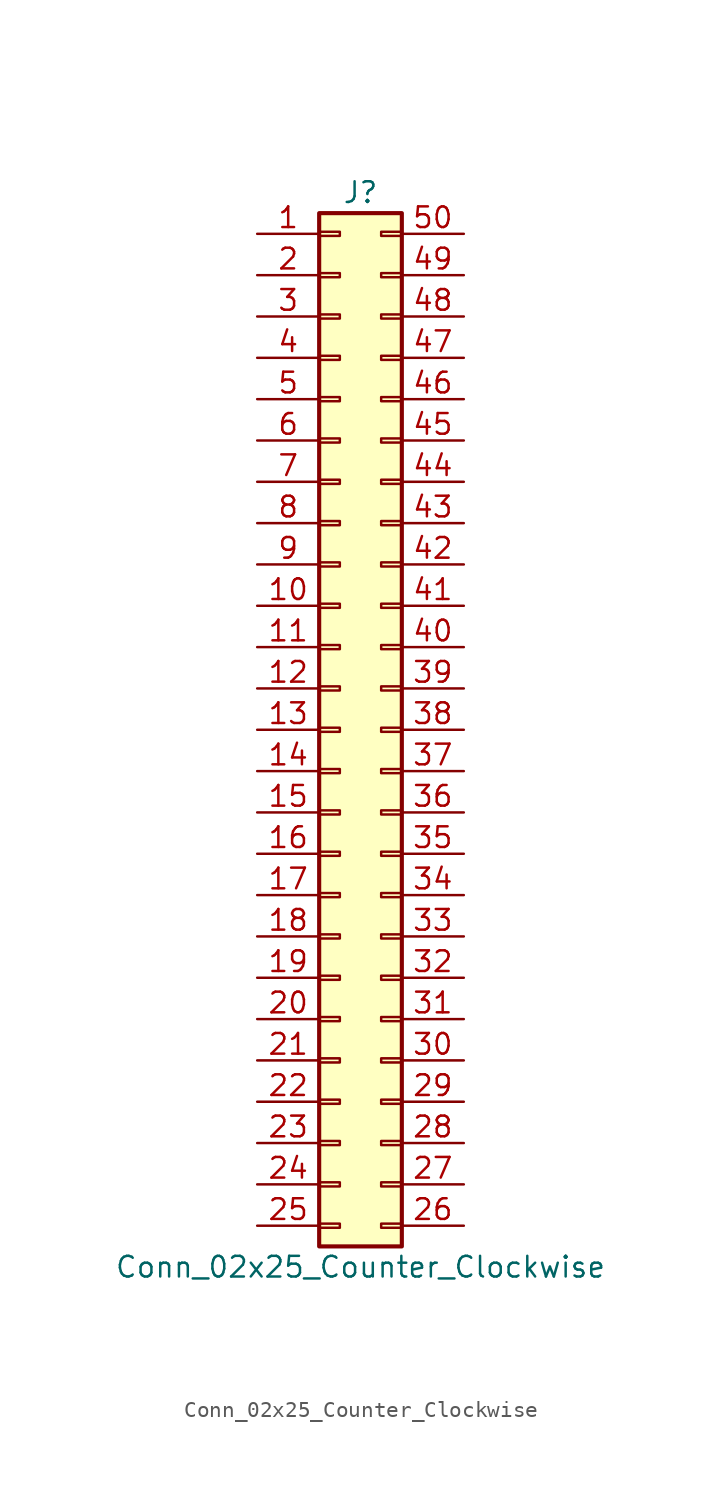
<source format=kicad_sym>
(kicad_symbol_lib
  (version 20211014)
  (generator kicad_symbol_editor)
  (symbol "Conn_02x25_Counter_Clockwise"
    (pin_names
      (offset 1.016) hide)
    (property "Reference" "J"
      (at 1.27 33.02 0)
      (effects (font (size 1.27 1.27))))
    (property "Value" "Conn_02x25_Counter_Clockwise"
      (at 1.27 -33.02 0)
      (effects (font (size 1.27 1.27))))
    (symbol "Conn_02x25_Counter_Clockwise_1_1"
      (rectangle (start -1.27 -30.353) (end 0 -30.607) (stroke (width 0.152) (type default) (color 0 0 0 0)) (fill (type none)))
      (rectangle (start -1.27 -27.813) (end 0 -28.067) (stroke (width 0.152) (type default) (color 0 0 0 0)) (fill (type none)))
      (rectangle (start -1.27 -25.273) (end 0 -25.527) (stroke (width 0.152) (type default) (color 0 0 0 0)) (fill (type none)))
      (rectangle (start -1.27 -22.733) (end 0 -22.987) (stroke (width 0.152) (type default) (color 0 0 0 0)) (fill (type none)))
      (rectangle (start -1.27 -20.193) (end 0 -20.447) (stroke (width 0.152) (type default) (color 0 0 0 0)) (fill (type none)))
      (rectangle (start -1.27 -17.653) (end 0 -17.907) (stroke (width 0.152) (type default) (color 0 0 0 0)) (fill (type none)))
      (rectangle (start -1.27 -15.113) (end 0 -15.367) (stroke (width 0.152) (type default) (color 0 0 0 0)) (fill (type none)))
      (rectangle (start -1.27 -12.573) (end 0 -12.827) (stroke (width 0.152) (type default) (color 0 0 0 0)) (fill (type none)))
      (rectangle (start -1.27 -10.033) (end 0 -10.287) (stroke (width 0.152) (type default) (color 0 0 0 0)) (fill (type none)))
      (rectangle (start -1.27 -7.493) (end 0 -7.747) (stroke (width 0.152) (type default) (color 0 0 0 0)) (fill (type none)))
      (rectangle (start -1.27 -4.953) (end 0 -5.207) (stroke (width 0.152) (type default) (color 0 0 0 0)) (fill (type none)))
      (rectangle (start -1.27 -2.413) (end 0 -2.667) (stroke (width 0.152) (type default) (color 0 0 0 0)) (fill (type none)))
      (rectangle (start -1.27 0.127) (end 0 -0.127) (stroke (width 0.152) (type default) (color 0 0 0 0)) (fill (type none)))
      (rectangle (start -1.27 2.667) (end 0 2.413) (stroke (width 0.152) (type default) (color 0 0 0 0)) (fill (type none)))
      (rectangle (start -1.27 5.207) (end 0 4.953) (stroke (width 0.152) (type default) (color 0 0 0 0)) (fill (type none)))
      (rectangle (start -1.27 7.747) (end 0 7.493) (stroke (width 0.152) (type default) (color 0 0 0 0)) (fill (type none)))
      (rectangle (start -1.27 10.287) (end 0 10.033) (stroke (width 0.152) (type default) (color 0 0 0 0)) (fill (type none)))
      (rectangle (start -1.27 12.827) (end 0 12.573) (stroke (width 0.152) (type default) (color 0 0 0 0)) (fill (type none)))
      (rectangle (start -1.27 15.367) (end 0 15.113) (stroke (width 0.152) (type default) (color 0 0 0 0)) (fill (type none)))
      (rectangle (start -1.27 17.907) (end 0 17.653) (stroke (width 0.152) (type default) (color 0 0 0 0)) (fill (type none)))
      (rectangle (start -1.27 20.447) (end 0 20.193) (stroke (width 0.152) (type default) (color 0 0 0 0)) (fill (type none)))
      (rectangle (start -1.27 22.987) (end 0 22.733) (stroke (width 0.152) (type default) (color 0 0 0 0)) (fill (type none)))
      (rectangle (start -1.27 25.527) (end 0 25.273) (stroke (width 0.152) (type default) (color 0 0 0 0)) (fill (type none)))
      (rectangle (start -1.27 28.067) (end 0 27.813) (stroke (width 0.152) (type default) (color 0 0 0 0)) (fill (type none)))
      (rectangle (start -1.27 30.607) (end 0 30.353) (stroke (width 0.152) (type default) (color 0 0 0 0)) (fill (type none)))
      (rectangle (start -1.27 31.75) (end 3.81 -31.75) (stroke (width 0.254) (type default) (color 0 0 0 0)) (fill (type background)))
      (rectangle (start 3.81 -30.353) (end 2.54 -30.607) (stroke (width 0.152) (type default) (color 0 0 0 0)) (fill (type none)))
      (rectangle (start 3.81 -27.813) (end 2.54 -28.067) (stroke (width 0.152) (type default) (color 0 0 0 0)) (fill (type none)))
      (rectangle (start 3.81 -25.273) (end 2.54 -25.527) (stroke (width 0.152) (type default) (color 0 0 0 0)) (fill (type none)))
      (rectangle (start 3.81 -22.733) (end 2.54 -22.987) (stroke (width 0.152) (type default) (color 0 0 0 0)) (fill (type none)))
      (rectangle (start 3.81 -20.193) (end 2.54 -20.447) (stroke (width 0.152) (type default) (color 0 0 0 0)) (fill (type none)))
      (rectangle (start 3.81 -17.653) (end 2.54 -17.907) (stroke (width 0.152) (type default) (color 0 0 0 0)) (fill (type none)))
      (rectangle (start 3.81 -15.113) (end 2.54 -15.367) (stroke (width 0.152) (type default) (color 0 0 0 0)) (fill (type none)))
      (rectangle (start 3.81 -12.573) (end 2.54 -12.827) (stroke (width 0.152) (type default) (color 0 0 0 0)) (fill (type none)))
      (rectangle (start 3.81 -10.033) (end 2.54 -10.287) (stroke (width 0.152) (type default) (color 0 0 0 0)) (fill (type none)))
      (rectangle (start 3.81 -7.493) (end 2.54 -7.747) (stroke (width 0.152) (type default) (color 0 0 0 0)) (fill (type none)))
      (rectangle (start 3.81 -4.953) (end 2.54 -5.207) (stroke (width 0.152) (type default) (color 0 0 0 0)) (fill (type none)))
      (rectangle (start 3.81 -2.413) (end 2.54 -2.667) (stroke (width 0.152) (type default) (color 0 0 0 0)) (fill (type none)))
      (rectangle (start 3.81 0.127) (end 2.54 -0.127) (stroke (width 0.152) (type default) (color 0 0 0 0)) (fill (type none)))
      (rectangle (start 3.81 2.667) (end 2.54 2.413) (stroke (width 0.152) (type default) (color 0 0 0 0)) (fill (type none)))
      (rectangle (start 3.81 5.207) (end 2.54 4.953) (stroke (width 0.152) (type default) (color 0 0 0 0)) (fill (type none)))
      (rectangle (start 3.81 7.747) (end 2.54 7.493) (stroke (width 0.152) (type default) (color 0 0 0 0)) (fill (type none)))
      (rectangle (start 3.81 10.287) (end 2.54 10.033) (stroke (width 0.152) (type default) (color 0 0 0 0)) (fill (type none)))
      (rectangle (start 3.81 12.827) (end 2.54 12.573) (stroke (width 0.152) (type default) (color 0 0 0 0)) (fill (type none)))
      (rectangle (start 3.81 15.367) (end 2.54 15.113) (stroke (width 0.152) (type default) (color 0 0 0 0)) (fill (type none)))
      (rectangle (start 3.81 17.907) (end 2.54 17.653) (stroke (width 0.152) (type default) (color 0 0 0 0)) (fill (type none)))
      (rectangle (start 3.81 20.447) (end 2.54 20.193) (stroke (width 0.152) (type default) (color 0 0 0 0)) (fill (type none)))
      (rectangle (start 3.81 22.987) (end 2.54 22.733) (stroke (width 0.152) (type default) (color 0 0 0 0)) (fill (type none)))
      (rectangle (start 3.81 25.527) (end 2.54 25.273) (stroke (width 0.152) (type default) (color 0 0 0 0)) (fill (type none)))
      (rectangle (start 3.81 28.067) (end 2.54 27.813) (stroke (width 0.152) (type default) (color 0 0 0 0)) (fill (type none)))
      (rectangle (start 3.81 30.607) (end 2.54 30.353) (stroke (width 0.152) (type default) (color 0 0 0 0)) (fill (type none)))
      (pin passive line (at -5.08 30.48 0) (length 3.81) (name "Pin_1" (effects (font (size 1.27 1.27)))) (number "1" (effects (font (size 1.27 1.27)))))
      (pin passive line (at -5.08 7.62 0) (length 3.81) (name "Pin_10" (effects (font (size 1.27 1.27)))) (number "10" (effects (font (size 1.27 1.27)))))
      (pin passive line (at -5.08 5.08 0) (length 3.81) (name "Pin_11" (effects (font (size 1.27 1.27)))) (number "11" (effects (font (size 1.27 1.27)))))
      (pin passive line (at -5.08 2.54 0) (length 3.81) (name "Pin_12" (effects (font (size 1.27 1.27)))) (number "12" (effects (font (size 1.27 1.27)))))
      (pin passive line (at -5.08 0 0) (length 3.81) (name "Pin_13" (effects (font (size 1.27 1.27)))) (number "13" (effects (font (size 1.27 1.27)))))
      (pin passive line (at -5.08 -2.54 0) (length 3.81) (name "Pin_14" (effects (font (size 1.27 1.27)))) (number "14" (effects (font (size 1.27 1.27)))))
      (pin passive line (at -5.08 -5.08 0) (length 3.81) (name "Pin_15" (effects (font (size 1.27 1.27)))) (number "15" (effects (font (size 1.27 1.27)))))
      (pin passive line (at -5.08 -7.62 0) (length 3.81) (name "Pin_16" (effects (font (size 1.27 1.27)))) (number "16" (effects (font (size 1.27 1.27)))))
      (pin passive line (at -5.08 -10.16 0) (length 3.81) (name "Pin_17" (effects (font (size 1.27 1.27)))) (number "17" (effects (font (size 1.27 1.27)))))
      (pin passive line (at -5.08 -12.7 0) (length 3.81) (name "Pin_18" (effects (font (size 1.27 1.27)))) (number "18" (effects (font (size 1.27 1.27)))))
      (pin passive line (at -5.08 -15.24 0) (length 3.81) (name "Pin_19" (effects (font (size 1.27 1.27)))) (number "19" (effects (font (size 1.27 1.27)))))
      (pin passive line (at -5.08 27.94 0) (length 3.81) (name "Pin_2" (effects (font (size 1.27 1.27)))) (number "2" (effects (font (size 1.27 1.27)))))
      (pin passive line (at -5.08 -17.78 0) (length 3.81) (name "Pin_20" (effects (font (size 1.27 1.27)))) (number "20" (effects (font (size 1.27 1.27)))))
      (pin passive line (at -5.08 -20.32 0) (length 3.81) (name "Pin_21" (effects (font (size 1.27 1.27)))) (number "21" (effects (font (size 1.27 1.27)))))
      (pin passive line (at -5.08 -22.86 0) (length 3.81) (name "Pin_22" (effects (font (size 1.27 1.27)))) (number "22" (effects (font (size 1.27 1.27)))))
      (pin passive line (at -5.08 -25.4 0) (length 3.81) (name "Pin_23" (effects (font (size 1.27 1.27)))) (number "23" (effects (font (size 1.27 1.27)))))
      (pin passive line (at -5.08 -27.94 0) (length 3.81) (name "Pin_24" (effects (font (size 1.27 1.27)))) (number "24" (effects (font (size 1.27 1.27)))))
      (pin passive line (at -5.08 -30.48 0) (length 3.81) (name "Pin_25" (effects (font (size 1.27 1.27)))) (number "25" (effects (font (size 1.27 1.27)))))
      (pin passive line (at 7.62 -30.48 180) (length 3.81) (name "Pin_26" (effects (font (size 1.27 1.27)))) (number "26" (effects (font (size 1.27 1.27)))))
      (pin passive line (at 7.62 -27.94 180) (length 3.81) (name "Pin_27" (effects (font (size 1.27 1.27)))) (number "27" (effects (font (size 1.27 1.27)))))
      (pin passive line (at 7.62 -25.4 180) (length 3.81) (name "Pin_28" (effects (font (size 1.27 1.27)))) (number "28" (effects (font (size 1.27 1.27)))))
      (pin passive line (at 7.62 -22.86 180) (length 3.81) (name "Pin_29" (effects (font (size 1.27 1.27)))) (number "29" (effects (font (size 1.27 1.27)))))
      (pin passive line (at -5.08 25.4 0) (length 3.81) (name "Pin_3" (effects (font (size 1.27 1.27)))) (number "3" (effects (font (size 1.27 1.27)))))
      (pin passive line (at 7.62 -20.32 180) (length 3.81) (name "Pin_30" (effects (font (size 1.27 1.27)))) (number "30" (effects (font (size 1.27 1.27)))))
      (pin passive line (at 7.62 -17.78 180) (length 3.81) (name "Pin_31" (effects (font (size 1.27 1.27)))) (number "31" (effects (font (size 1.27 1.27)))))
      (pin passive line (at 7.62 -15.24 180) (length 3.81) (name "Pin_32" (effects (font (size 1.27 1.27)))) (number "32" (effects (font (size 1.27 1.27)))))
      (pin passive line (at 7.62 -12.7 180) (length 3.81) (name "Pin_33" (effects (font (size 1.27 1.27)))) (number "33" (effects (font (size 1.27 1.27)))))
      (pin passive line (at 7.62 -10.16 180) (length 3.81) (name "Pin_34" (effects (font (size 1.27 1.27)))) (number "34" (effects (font (size 1.27 1.27)))))
      (pin passive line (at 7.62 -7.62 180) (length 3.81) (name "Pin_35" (effects (font (size 1.27 1.27)))) (number "35" (effects (font (size 1.27 1.27)))))
      (pin passive line (at 7.62 -5.08 180) (length 3.81) (name "Pin_36" (effects (font (size 1.27 1.27)))) (number "36" (effects (font (size 1.27 1.27)))))
      (pin passive line (at 7.62 -2.54 180) (length 3.81) (name "Pin_37" (effects (font (size 1.27 1.27)))) (number "37" (effects (font (size 1.27 1.27)))))
      (pin passive line (at 7.62 0 180) (length 3.81) (name "Pin_38" (effects (font (size 1.27 1.27)))) (number "38" (effects (font (size 1.27 1.27)))))
      (pin passive line (at 7.62 2.54 180) (length 3.81) (name "Pin_39" (effects (font (size 1.27 1.27)))) (number "39" (effects (font (size 1.27 1.27)))))
      (pin passive line (at -5.08 22.86 0) (length 3.81) (name "Pin_4" (effects (font (size 1.27 1.27)))) (number "4" (effects (font (size 1.27 1.27)))))
      (pin passive line (at 7.62 5.08 180) (length 3.81) (name "Pin_40" (effects (font (size 1.27 1.27)))) (number "40" (effects (font (size 1.27 1.27)))))
      (pin passive line (at 7.62 7.62 180) (length 3.81) (name "Pin_41" (effects (font (size 1.27 1.27)))) (number "41" (effects (font (size 1.27 1.27)))))
      (pin passive line (at 7.62 10.16 180) (length 3.81) (name "Pin_42" (effects (font (size 1.27 1.27)))) (number "42" (effects (font (size 1.27 1.27)))))
      (pin passive line (at 7.62 12.7 180) (length 3.81) (name "Pin_43" (effects (font (size 1.27 1.27)))) (number "43" (effects (font (size 1.27 1.27)))))
      (pin passive line (at 7.62 15.24 180) (length 3.81) (name "Pin_44" (effects (font (size 1.27 1.27)))) (number "44" (effects (font (size 1.27 1.27)))))
      (pin passive line (at 7.62 17.78 180) (length 3.81) (name "Pin_45" (effects (font (size 1.27 1.27)))) (number "45" (effects (font (size 1.27 1.27)))))
      (pin passive line (at 7.62 20.32 180) (length 3.81) (name "Pin_46" (effects (font (size 1.27 1.27)))) (number "46" (effects (font (size 1.27 1.27)))))
      (pin passive line (at 7.62 22.86 180) (length 3.81) (name "Pin_47" (effects (font (size 1.27 1.27)))) (number "47" (effects (font (size 1.27 1.27)))))
      (pin passive line (at 7.62 25.4 180) (length 3.81) (name "Pin_48" (effects (font (size 1.27 1.27)))) (number "48" (effects (font (size 1.27 1.27)))))
      (pin passive line (at 7.62 27.94 180) (length 3.81) (name "Pin_49" (effects (font (size 1.27 1.27)))) (number "49" (effects (font (size 1.27 1.27)))))
      (pin passive line (at -5.08 20.32 0) (length 3.81) (name "Pin_5" (effects (font (size 1.27 1.27)))) (number "5" (effects (font (size 1.27 1.27)))))
      (pin passive line (at 7.62 30.48 180) (length 3.81) (name "Pin_50" (effects (font (size 1.27 1.27)))) (number "50" (effects (font (size 1.27 1.27)))))
      (pin passive line (at -5.08 17.78 0) (length 3.81) (name "Pin_6" (effects (font (size 1.27 1.27)))) (number "6" (effects (font (size 1.27 1.27)))))
      (pin passive line (at -5.08 15.24 0) (length 3.81) (name "Pin_7" (effects (font (size 1.27 1.27)))) (number "7" (effects (font (size 1.27 1.27)))))
      (pin passive line (at -5.08 12.7 0) (length 3.81) (name "Pin_8" (effects (font (size 1.27 1.27)))) (number "8" (effects (font (size 1.27 1.27)))))
      (pin passive line (at -5.08 10.16 0) (length 3.81) (name "Pin_9" (effects (font (size 1.27 1.27)))) (number "9" (effects (font (size 1.27 1.27))))))))
</source>
